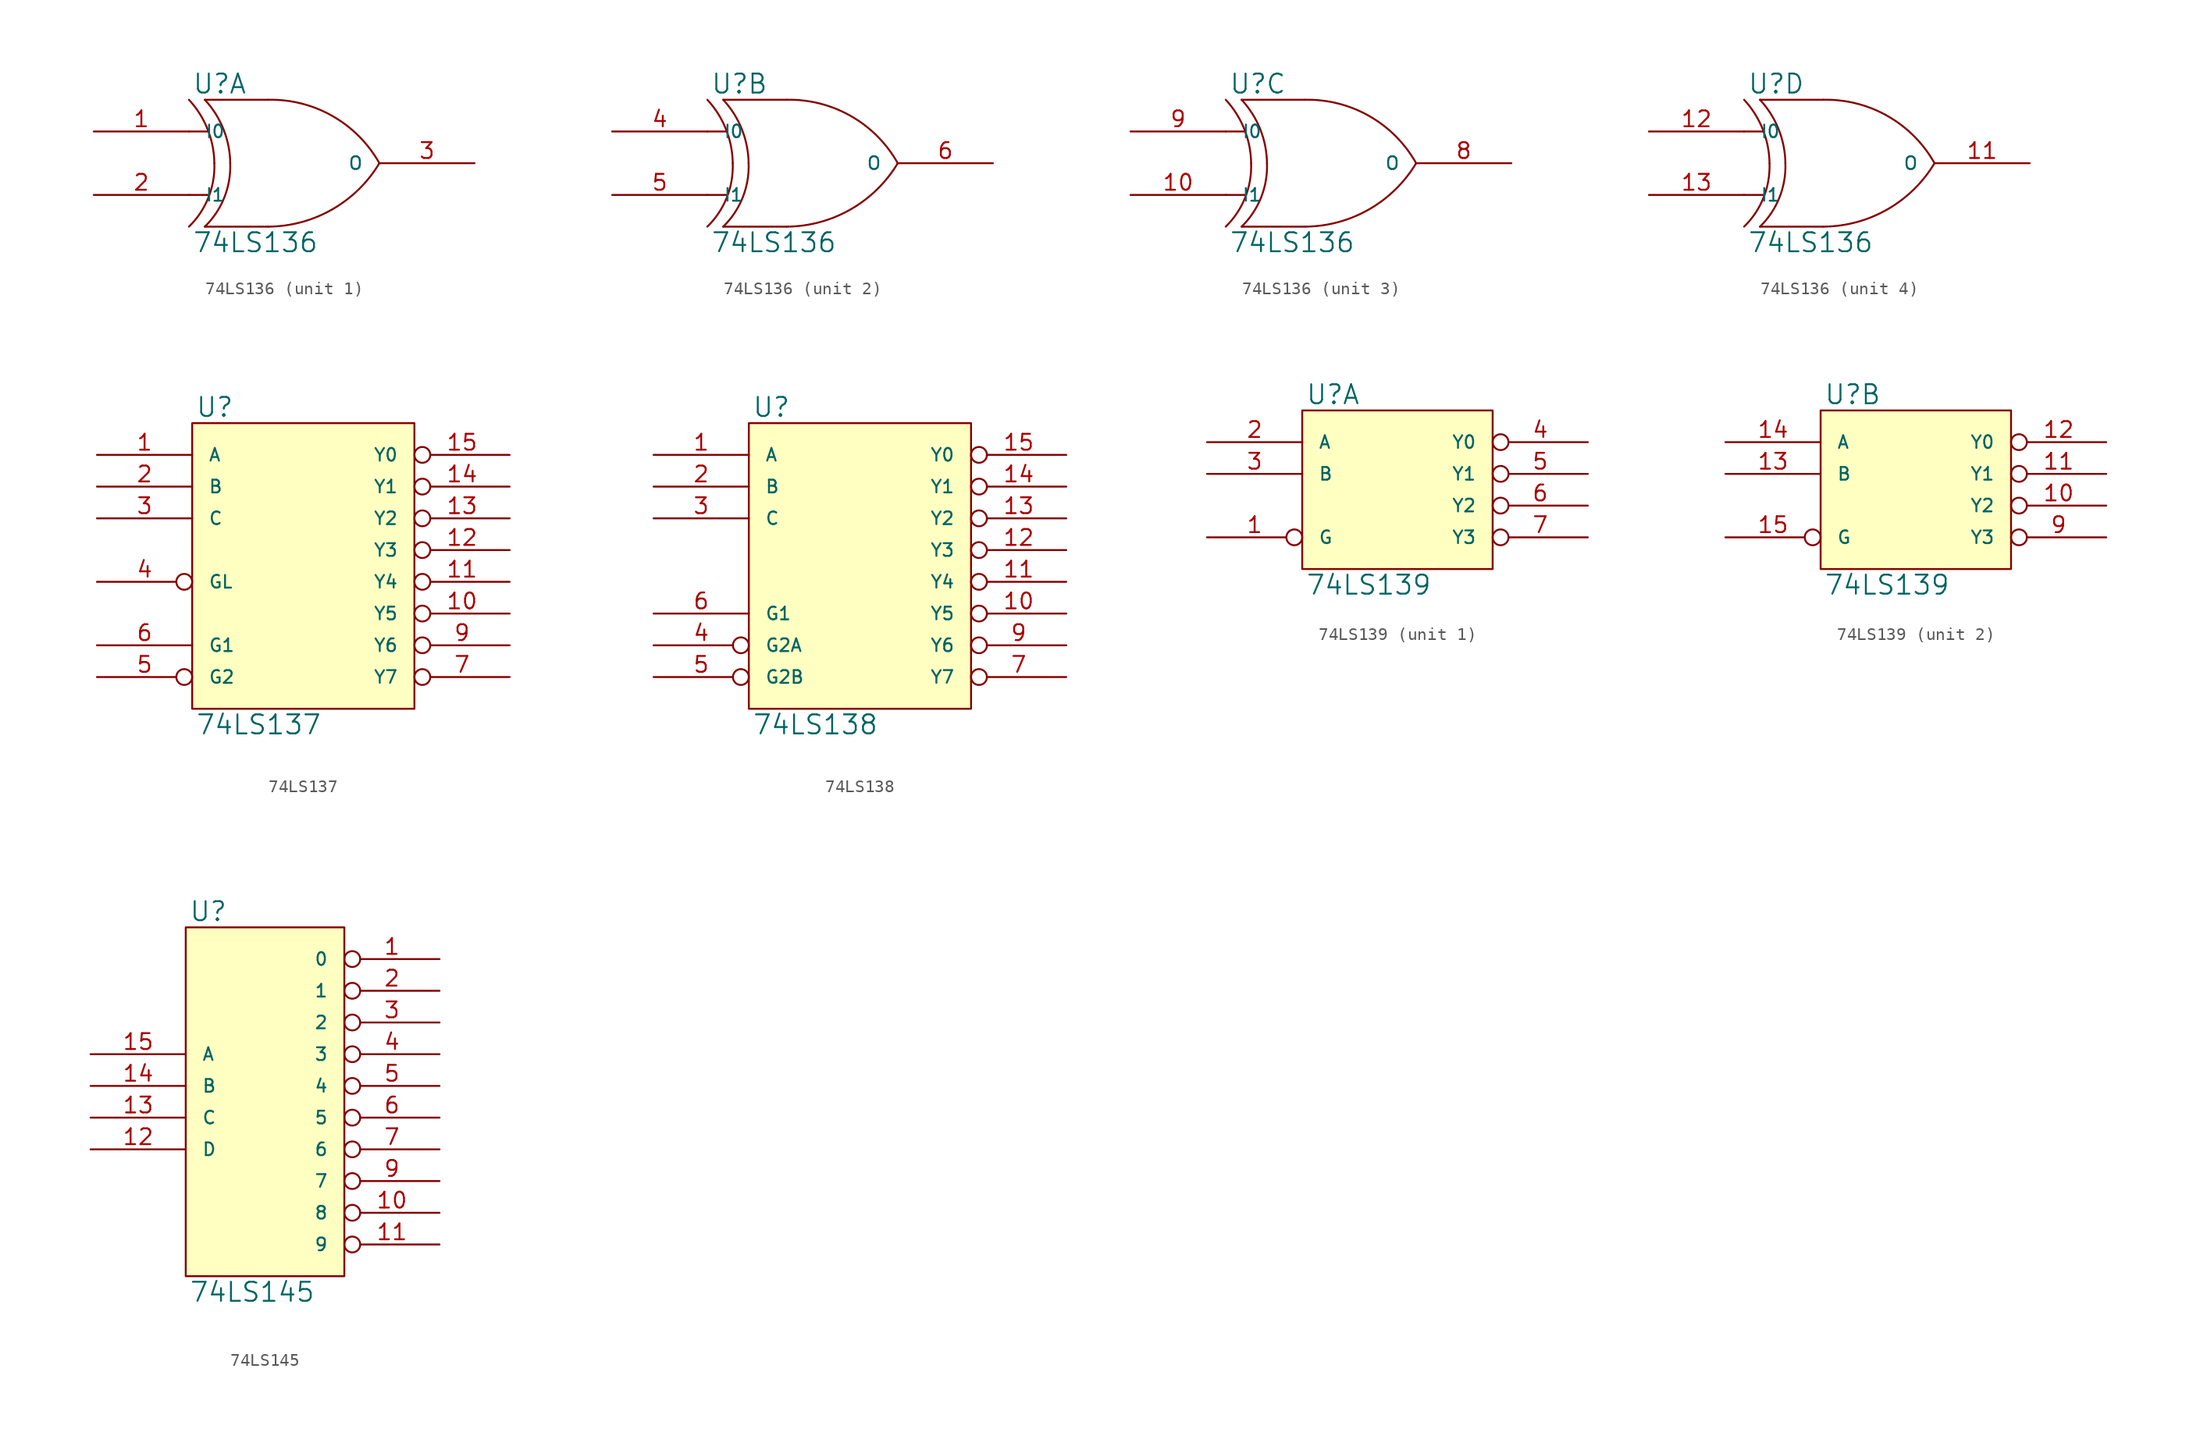
<source format=kicad_sym>
(kicad_symbol_lib
  (version 20231120)
  (generator "kicad_symbol_editor")
  (generator_version "8.0")
  (symbol "74LS136"
    (pin_names
      (offset 1.27))
    (property "Reference" "U"
      (at 0.254 0.381 0)
      (effects (font (size 1.524 1.524)) (justify left bottom)))
    (property "Value" "74LS136"
      (at 0.254 -10.541 0)
      (effects (font (size 1.524 1.524)) (justify left top)))
    (symbol "74LS136_0_1"
      (arc (start 0 -10.16) (mid 1.5573 -7.8293) (end 2.032 -5.08) (stroke (width 0) (type solid)) (fill (type none)))
      (polyline (pts (xy 0 -7.62) (xy 1.524 -7.62)) (stroke (width 0) (type solid)) (fill (type none)))
      (polyline (pts (xy 0 -2.54) (xy 1.524 -2.54)) (stroke (width 0) (type solid)) (fill (type none)))
      (polyline (pts (xy 6.35 -10.16) (xy 1.27 -10.16)) (stroke (width 0) (type solid)) (fill (type none)))
      (polyline (pts (xy 6.35 0) (xy 1.27 0)) (stroke (width 0) (type solid)) (fill (type none)))
      (arc (start 1.27 -10.16) (mid 2.8273 -7.8293) (end 3.302 -5.08) (stroke (width 0) (type solid)) (fill (type none)))
      (arc (start 2.032 -5.08) (mid 1.4906 -2.3584) (end 0 0) (stroke (width 0) (type solid)) (fill (type none)))
      (arc (start 3.302 -5.08) (mid 2.7606 -2.3584) (end 1.27 0) (stroke (width 0) (type solid)) (fill (type none)))
      (arc (start 6.35 -10.16) (mid 11.4496 -8.7875) (end 15.24 -5.08) (stroke (width 0) (type solid)) (fill (type none)))
      (arc (start 15.24 -5.08) (mid 11.4893 -1.3041) (end 6.35 0) (stroke (width 0) (type solid)) (fill (type none))))
    (symbol "74LS136_1_1"
      (pin input line (at -7.62 -2.54 0) (length 7.62) (name "I0" (effects (font (size 1.016 1.016)))) (number "1" (effects (font (size 1.27 1.27)))))
      (pin power_in line (at 0 0 270) (length 0) hide (name "VCC" (effects (font (size 1.016 1.016)))) (number "14" (effects (font (size 1.27 1.27)))))
      (pin input line (at -7.62 -7.62 0) (length 7.62) (name "I1" (effects (font (size 1.016 1.016)))) (number "2" (effects (font (size 1.27 1.27)))))
      (pin open_collector line (at 22.86 -5.08 180) (length 7.62) (name "O" (effects (font (size 1.016 1.016)))) (number "3" (effects (font (size 1.27 1.27)))))
      (pin power_in line (at 0 -10.16 90) (length 0) hide (name "GND" (effects (font (size 1.016 1.016)))) (number "7" (effects (font (size 1.27 1.27))))))
    (symbol "74LS136_2_1"
      (pin power_in line (at 0 0 270) (length 0) hide (name "VCC" (effects (font (size 1.016 1.016)))) (number "14" (effects (font (size 1.27 1.27)))))
      (pin input line (at -7.62 -2.54 0) (length 7.62) (name "I0" (effects (font (size 1.016 1.016)))) (number "4" (effects (font (size 1.27 1.27)))))
      (pin input line (at -7.62 -7.62 0) (length 7.62) (name "I1" (effects (font (size 1.016 1.016)))) (number "5" (effects (font (size 1.27 1.27)))))
      (pin open_collector line (at 22.86 -5.08 180) (length 7.62) (name "O" (effects (font (size 1.016 1.016)))) (number "6" (effects (font (size 1.27 1.27)))))
      (pin power_in line (at 0 -10.16 90) (length 0) hide (name "GND" (effects (font (size 1.016 1.016)))) (number "7" (effects (font (size 1.27 1.27))))))
    (symbol "74LS136_3_1"
      (pin input line (at -7.62 -7.62 0) (length 7.62) (name "I1" (effects (font (size 1.016 1.016)))) (number "10" (effects (font (size 1.27 1.27)))))
      (pin power_in line (at 0 0 270) (length 0) hide (name "VCC" (effects (font (size 1.016 1.016)))) (number "14" (effects (font (size 1.27 1.27)))))
      (pin power_in line (at 0 -10.16 90) (length 0) hide (name "GND" (effects (font (size 1.016 1.016)))) (number "7" (effects (font (size 1.27 1.27)))))
      (pin open_collector line (at 22.86 -5.08 180) (length 7.62) (name "O" (effects (font (size 1.016 1.016)))) (number "8" (effects (font (size 1.27 1.27)))))
      (pin input line (at -7.62 -2.54 0) (length 7.62) (name "I0" (effects (font (size 1.016 1.016)))) (number "9" (effects (font (size 1.27 1.27))))))
    (symbol "74LS136_4_1"
      (pin open_collector line (at 22.86 -5.08 180) (length 7.62) (name "O" (effects (font (size 1.016 1.016)))) (number "11" (effects (font (size 1.27 1.27)))))
      (pin input line (at -7.62 -2.54 0) (length 7.62) (name "I0" (effects (font (size 1.016 1.016)))) (number "12" (effects (font (size 1.27 1.27)))))
      (pin input line (at -7.62 -7.62 0) (length 7.62) (name "I1" (effects (font (size 1.016 1.016)))) (number "13" (effects (font (size 1.27 1.27)))))
      (pin power_in line (at 0 0 270) (length 0) hide (name "VCC" (effects (font (size 1.016 1.016)))) (number "14" (effects (font (size 1.27 1.27)))))
      (pin power_in line (at 0 -10.16 90) (length 0) hide (name "GND" (effects (font (size 1.016 1.016)))) (number "7" (effects (font (size 1.27 1.27)))))))
  (symbol "74LS137"
    (pin_names
      (offset 1.27))
    (property "Reference" "U"
      (at 0.254 0.381 0)
      (effects (font (size 1.524 1.524)) (justify left bottom)))
    (property "Value" "74LS137"
      (at 0.254 -23.241 0)
      (effects (font (size 1.524 1.524)) (justify left top)))
    (symbol "74LS137_0_1"
      (rectangle (start 0 0) (end 17.78 -22.86) (stroke (width 0) (type solid)) (fill (type background))))
    (symbol "74LS137_1_1"
      (pin input line (at -7.62 -2.54 0) (length 7.62) (name "A" (effects (font (size 1.016 1.016)))) (number "1" (effects (font (size 1.27 1.27)))))
      (pin output inverted (at 25.4 -15.24 180) (length 7.62) (name "Y5" (effects (font (size 1.016 1.016)))) (number "10" (effects (font (size 1.27 1.27)))))
      (pin output inverted (at 25.4 -12.7 180) (length 7.62) (name "Y4" (effects (font (size 1.016 1.016)))) (number "11" (effects (font (size 1.27 1.27)))))
      (pin output inverted (at 25.4 -10.16 180) (length 7.62) (name "Y3" (effects (font (size 1.016 1.016)))) (number "12" (effects (font (size 1.27 1.27)))))
      (pin output inverted (at 25.4 -7.62 180) (length 7.62) (name "Y2" (effects (font (size 1.016 1.016)))) (number "13" (effects (font (size 1.27 1.27)))))
      (pin output inverted (at 25.4 -5.08 180) (length 7.62) (name "Y1" (effects (font (size 1.016 1.016)))) (number "14" (effects (font (size 1.27 1.27)))))
      (pin output inverted (at 25.4 -2.54 180) (length 7.62) (name "Y0" (effects (font (size 1.016 1.016)))) (number "15" (effects (font (size 1.27 1.27)))))
      (pin power_in line (at 0 0 270) (length 0) hide (name "VCC" (effects (font (size 1.016 1.016)))) (number "16" (effects (font (size 1.27 1.27)))))
      (pin input line (at -7.62 -5.08 0) (length 7.62) (name "B" (effects (font (size 1.016 1.016)))) (number "2" (effects (font (size 1.27 1.27)))))
      (pin input line (at -7.62 -7.62 0) (length 7.62) (name "C" (effects (font (size 1.016 1.016)))) (number "3" (effects (font (size 1.27 1.27)))))
      (pin input inverted (at -7.62 -12.7 0) (length 7.62) (name "GL" (effects (font (size 1.016 1.016)))) (number "4" (effects (font (size 1.27 1.27)))))
      (pin input inverted (at -7.62 -20.32 0) (length 7.62) (name "G2" (effects (font (size 1.016 1.016)))) (number "5" (effects (font (size 1.27 1.27)))))
      (pin input line (at -7.62 -17.78 0) (length 7.62) (name "G1" (effects (font (size 1.016 1.016)))) (number "6" (effects (font (size 1.27 1.27)))))
      (pin output inverted (at 25.4 -20.32 180) (length 7.62) (name "Y7" (effects (font (size 1.016 1.016)))) (number "7" (effects (font (size 1.27 1.27)))))
      (pin power_in line (at 0 -22.86 90) (length 0) hide (name "GND" (effects (font (size 1.016 1.016)))) (number "8" (effects (font (size 1.27 1.27)))))
      (pin output inverted (at 25.4 -17.78 180) (length 7.62) (name "Y6" (effects (font (size 1.016 1.016)))) (number "9" (effects (font (size 1.27 1.27)))))))
  (symbol "74LS138"
    (pin_names
      (offset 1.27))
    (property "Reference" "U"
      (at 0.254 0.381 0)
      (effects (font (size 1.524 1.524)) (justify left bottom)))
    (property "Value" "74LS138"
      (at 0.254 -23.241 0)
      (effects (font (size 1.524 1.524)) (justify left top)))
    (symbol "74LS138_0_1"
      (rectangle (start 0 0) (end 17.78 -22.86) (stroke (width 0) (type solid)) (fill (type background))))
    (symbol "74LS138_1_1"
      (pin input line (at -7.62 -2.54 0) (length 7.62) (name "A" (effects (font (size 1.016 1.016)))) (number "1" (effects (font (size 1.27 1.27)))))
      (pin output inverted (at 25.4 -15.24 180) (length 7.62) (name "Y5" (effects (font (size 1.016 1.016)))) (number "10" (effects (font (size 1.27 1.27)))))
      (pin output inverted (at 25.4 -12.7 180) (length 7.62) (name "Y4" (effects (font (size 1.016 1.016)))) (number "11" (effects (font (size 1.27 1.27)))))
      (pin output inverted (at 25.4 -10.16 180) (length 7.62) (name "Y3" (effects (font (size 1.016 1.016)))) (number "12" (effects (font (size 1.27 1.27)))))
      (pin output inverted (at 25.4 -7.62 180) (length 7.62) (name "Y2" (effects (font (size 1.016 1.016)))) (number "13" (effects (font (size 1.27 1.27)))))
      (pin output inverted (at 25.4 -5.08 180) (length 7.62) (name "Y1" (effects (font (size 1.016 1.016)))) (number "14" (effects (font (size 1.27 1.27)))))
      (pin output inverted (at 25.4 -2.54 180) (length 7.62) (name "Y0" (effects (font (size 1.016 1.016)))) (number "15" (effects (font (size 1.27 1.27)))))
      (pin power_in line (at 0 0 270) (length 0) hide (name "VCC" (effects (font (size 1.016 1.016)))) (number "16" (effects (font (size 1.27 1.27)))))
      (pin input line (at -7.62 -5.08 0) (length 7.62) (name "B" (effects (font (size 1.016 1.016)))) (number "2" (effects (font (size 1.27 1.27)))))
      (pin input line (at -7.62 -7.62 0) (length 7.62) (name "C" (effects (font (size 1.016 1.016)))) (number "3" (effects (font (size 1.27 1.27)))))
      (pin input inverted (at -7.62 -17.78 0) (length 7.62) (name "G2A" (effects (font (size 1.016 1.016)))) (number "4" (effects (font (size 1.27 1.27)))))
      (pin input inverted (at -7.62 -20.32 0) (length 7.62) (name "G2B" (effects (font (size 1.016 1.016)))) (number "5" (effects (font (size 1.27 1.27)))))
      (pin input line (at -7.62 -15.24 0) (length 7.62) (name "G1" (effects (font (size 1.016 1.016)))) (number "6" (effects (font (size 1.27 1.27)))))
      (pin output inverted (at 25.4 -20.32 180) (length 7.62) (name "Y7" (effects (font (size 1.016 1.016)))) (number "7" (effects (font (size 1.27 1.27)))))
      (pin power_in line (at 0 -22.86 90) (length 0) hide (name "GND" (effects (font (size 1.016 1.016)))) (number "8" (effects (font (size 1.27 1.27)))))
      (pin output inverted (at 25.4 -17.78 180) (length 7.62) (name "Y6" (effects (font (size 1.016 1.016)))) (number "9" (effects (font (size 1.27 1.27)))))))
  (symbol "74LS139"
    (pin_names
      (offset 1.27))
    (property "Reference" "U"
      (at 0.254 0.381 0)
      (effects (font (size 1.524 1.524)) (justify left bottom)))
    (property "Value" "74LS139"
      (at 0.254 -13.081 0)
      (effects (font (size 1.524 1.524)) (justify left top)))
    (symbol "74LS139_0_1"
      (rectangle (start 0 0) (end 15.24 -12.7) (stroke (width 0) (type solid)) (fill (type background))))
    (symbol "74LS139_1_1"
      (pin input inverted (at -7.62 -10.16 0) (length 7.62) (name "G" (effects (font (size 1.016 1.016)))) (number "1" (effects (font (size 1.27 1.27)))))
      (pin power_in line (at 0 0 270) (length 0) hide (name "VCC" (effects (font (size 1.016 1.016)))) (number "16" (effects (font (size 1.27 1.27)))))
      (pin input line (at -7.62 -2.54 0) (length 7.62) (name "A" (effects (font (size 1.016 1.016)))) (number "2" (effects (font (size 1.27 1.27)))))
      (pin input line (at -7.62 -5.08 0) (length 7.62) (name "B" (effects (font (size 1.016 1.016)))) (number "3" (effects (font (size 1.27 1.27)))))
      (pin output inverted (at 22.86 -2.54 180) (length 7.62) (name "Y0" (effects (font (size 1.016 1.016)))) (number "4" (effects (font (size 1.27 1.27)))))
      (pin output inverted (at 22.86 -5.08 180) (length 7.62) (name "Y1" (effects (font (size 1.016 1.016)))) (number "5" (effects (font (size 1.27 1.27)))))
      (pin output inverted (at 22.86 -7.62 180) (length 7.62) (name "Y2" (effects (font (size 1.016 1.016)))) (number "6" (effects (font (size 1.27 1.27)))))
      (pin output inverted (at 22.86 -10.16 180) (length 7.62) (name "Y3" (effects (font (size 1.016 1.016)))) (number "7" (effects (font (size 1.27 1.27)))))
      (pin power_in line (at 0 -12.7 90) (length 0) hide (name "GND" (effects (font (size 1.016 1.016)))) (number "8" (effects (font (size 1.27 1.27))))))
    (symbol "74LS139_2_1"
      (pin output inverted (at 22.86 -7.62 180) (length 7.62) (name "Y2" (effects (font (size 1.016 1.016)))) (number "10" (effects (font (size 1.27 1.27)))))
      (pin output inverted (at 22.86 -5.08 180) (length 7.62) (name "Y1" (effects (font (size 1.016 1.016)))) (number "11" (effects (font (size 1.27 1.27)))))
      (pin output inverted (at 22.86 -2.54 180) (length 7.62) (name "Y0" (effects (font (size 1.016 1.016)))) (number "12" (effects (font (size 1.27 1.27)))))
      (pin input line (at -7.62 -5.08 0) (length 7.62) (name "B" (effects (font (size 1.016 1.016)))) (number "13" (effects (font (size 1.27 1.27)))))
      (pin input line (at -7.62 -2.54 0) (length 7.62) (name "A" (effects (font (size 1.016 1.016)))) (number "14" (effects (font (size 1.27 1.27)))))
      (pin input inverted (at -7.62 -10.16 0) (length 7.62) (name "G" (effects (font (size 1.016 1.016)))) (number "15" (effects (font (size 1.27 1.27)))))
      (pin power_in line (at 0 0 270) (length 0) hide (name "VCC" (effects (font (size 1.016 1.016)))) (number "16" (effects (font (size 1.27 1.27)))))
      (pin power_in line (at 0 -12.7 90) (length 0) hide (name "GND" (effects (font (size 1.016 1.016)))) (number "8" (effects (font (size 1.27 1.27)))))
      (pin output inverted (at 22.86 -10.16 180) (length 7.62) (name "Y3" (effects (font (size 1.016 1.016)))) (number "9" (effects (font (size 1.27 1.27)))))))
  (symbol "74LS145"
    (pin_names
      (offset 1.27))
    (property "Reference" "U"
      (at 0.254 0.381 0)
      (effects (font (size 1.524 1.524)) (justify left bottom)))
    (property "Value" "74LS145"
      (at 0.254 -28.321 0)
      (effects (font (size 1.524 1.524)) (justify left top)))
    (symbol "74LS145_0_1"
      (rectangle (start 0 0) (end 12.7 -27.94) (stroke (width 0) (type solid)) (fill (type background))))
    (symbol "74LS145_1_1"
      (pin output inverted (at 20.32 -2.54 180) (length 7.62) (name "0" (effects (font (size 1.016 1.016)))) (number "1" (effects (font (size 1.27 1.27)))))
      (pin output inverted (at 20.32 -22.86 180) (length 7.62) (name "8" (effects (font (size 1.016 1.016)))) (number "10" (effects (font (size 1.27 1.27)))))
      (pin output inverted (at 20.32 -25.4 180) (length 7.62) (name "9" (effects (font (size 1.016 1.016)))) (number "11" (effects (font (size 1.27 1.27)))))
      (pin input line (at -7.62 -17.78 0) (length 7.62) (name "D" (effects (font (size 1.016 1.016)))) (number "12" (effects (font (size 1.27 1.27)))))
      (pin input line (at -7.62 -15.24 0) (length 7.62) (name "C" (effects (font (size 1.016 1.016)))) (number "13" (effects (font (size 1.27 1.27)))))
      (pin input line (at -7.62 -12.7 0) (length 7.62) (name "B" (effects (font (size 1.016 1.016)))) (number "14" (effects (font (size 1.27 1.27)))))
      (pin input line (at -7.62 -10.16 0) (length 7.62) (name "A" (effects (font (size 1.016 1.016)))) (number "15" (effects (font (size 1.27 1.27)))))
      (pin power_in line (at 0 0 270) (length 0) hide (name "VCC" (effects (font (size 1.016 1.016)))) (number "16" (effects (font (size 1.27 1.27)))))
      (pin output inverted (at 20.32 -5.08 180) (length 7.62) (name "1" (effects (font (size 1.016 1.016)))) (number "2" (effects (font (size 1.27 1.27)))))
      (pin output inverted (at 20.32 -7.62 180) (length 7.62) (name "2" (effects (font (size 1.016 1.016)))) (number "3" (effects (font (size 1.27 1.27)))))
      (pin output inverted (at 20.32 -10.16 180) (length 7.62) (name "3" (effects (font (size 1.016 1.016)))) (number "4" (effects (font (size 1.27 1.27)))))
      (pin output inverted (at 20.32 -12.7 180) (length 7.62) (name "4" (effects (font (size 1.016 1.016)))) (number "5" (effects (font (size 1.27 1.27)))))
      (pin output inverted (at 20.32 -15.24 180) (length 7.62) (name "5" (effects (font (size 1.016 1.016)))) (number "6" (effects (font (size 1.27 1.27)))))
      (pin output inverted (at 20.32 -17.78 180) (length 7.62) (name "6" (effects (font (size 1.016 1.016)))) (number "7" (effects (font (size 1.27 1.27)))))
      (pin power_in line (at 0 -27.94 90) (length 0) hide (name "GND" (effects (font (size 1.016 1.016)))) (number "8" (effects (font (size 1.27 1.27)))))
      (pin output inverted (at 20.32 -20.32 180) (length 7.62) (name "7" (effects (font (size 1.016 1.016)))) (number "9" (effects (font (size 1.27 1.27))))))))
</source>
